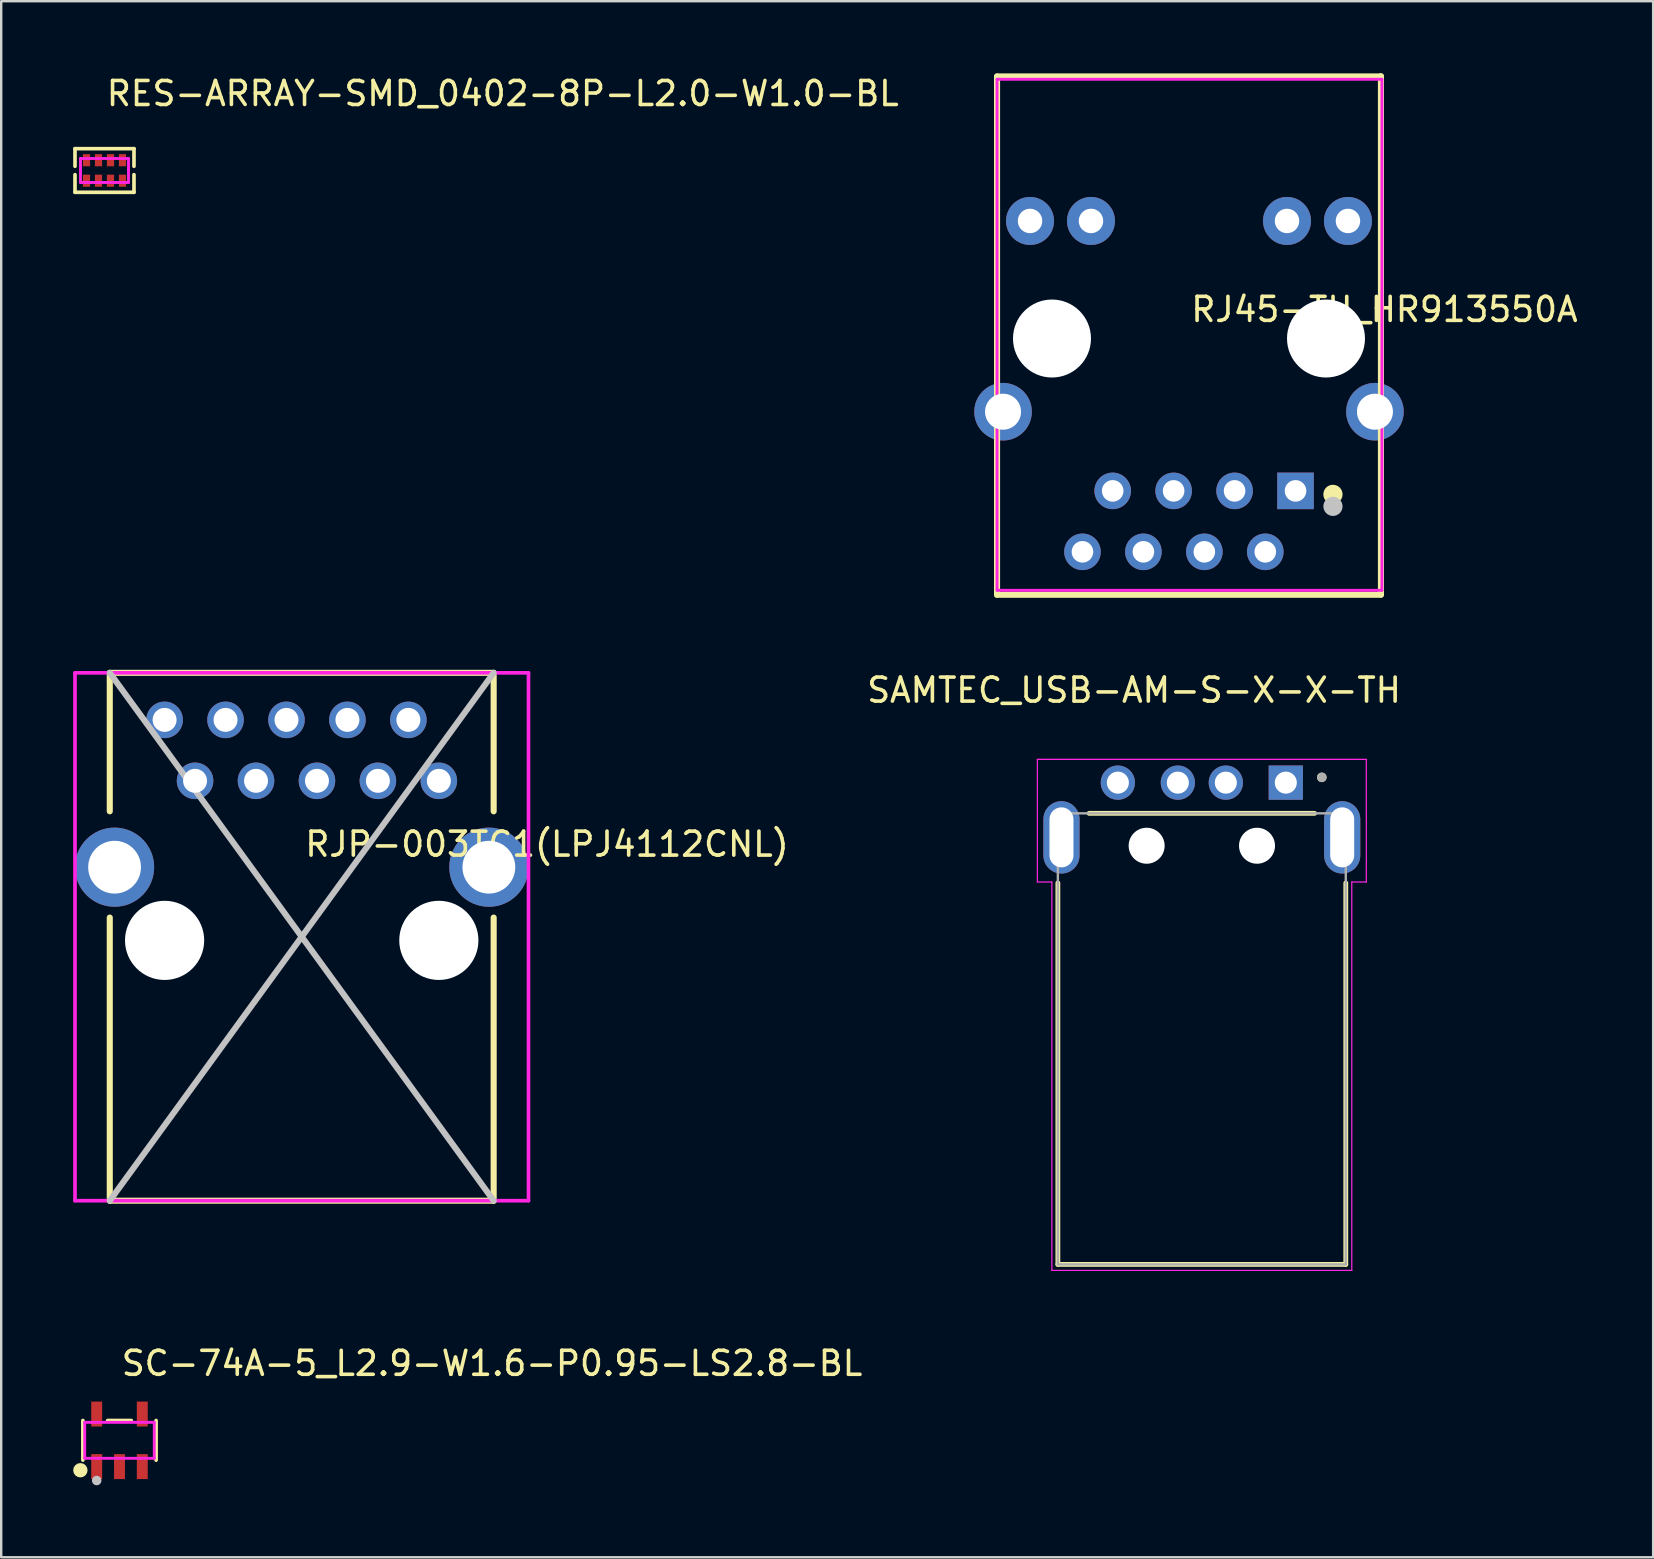
<source format=kicad_pcb>
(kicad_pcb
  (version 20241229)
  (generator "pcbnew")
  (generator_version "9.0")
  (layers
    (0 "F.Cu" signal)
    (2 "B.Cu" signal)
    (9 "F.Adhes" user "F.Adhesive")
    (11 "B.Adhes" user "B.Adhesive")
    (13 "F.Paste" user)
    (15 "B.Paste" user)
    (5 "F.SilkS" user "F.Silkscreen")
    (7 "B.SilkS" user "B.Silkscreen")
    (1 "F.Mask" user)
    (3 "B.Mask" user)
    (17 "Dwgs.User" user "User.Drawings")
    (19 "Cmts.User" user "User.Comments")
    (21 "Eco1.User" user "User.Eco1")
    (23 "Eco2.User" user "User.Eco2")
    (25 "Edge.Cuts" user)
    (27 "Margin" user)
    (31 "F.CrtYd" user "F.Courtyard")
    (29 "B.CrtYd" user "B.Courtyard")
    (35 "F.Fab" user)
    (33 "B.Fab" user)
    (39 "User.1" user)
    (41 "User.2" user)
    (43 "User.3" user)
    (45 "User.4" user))
  (footprint "RJP-003TC1(LPJ4112CNL)"
    (layer "F.Cu")
    (at 9.578 35.341)
    (property "Reference" "RJP-003TC1(LPJ4112CNL)" (at 0 -3.207 0) (layer "F.SilkS") (effects (font (size 1 1) (thickness 0.15)) (justify left)))
    (attr through_hole)
    (fp_line (start -8.053 -10.348) (end 7.947 -10.348) (stroke (width 0.254) (type solid)) (layer "F.SilkS"))
    (fp_line (start -8.053 -4.578) (end -8.053 -10.348) (stroke (width 0.254) (type solid)) (layer "F.SilkS"))
    (fp_line (start -8.053 11.652) (end -8.053 -0.148) (stroke (width 0.254) (type solid)) (layer "F.SilkS"))
    (fp_line (start 7.947 -10.348) (end 7.947 -4.578) (stroke (width 0.254) (type solid)) (layer "F.SilkS"))
    (fp_line (start 7.947 -0.148) (end 7.947 11.652) (stroke (width 0.254) (type solid)) (layer "F.SilkS"))
    (fp_line (start 7.947 11.652) (end -8.053 11.652) (stroke (width 0.254) (type solid)) (layer "F.SilkS"))
    (fp_line (start -8.053 -10.348) (end 7.947 11.652) (stroke (width 0.254) (type solid)) (layer "Dwgs.User"))
    (fp_line (start 7.947 -10.348) (end -8.053 11.652) (stroke (width 0.254) (type solid)) (layer "Dwgs.User"))
    (fp_line (start -9.502 -10.348) (end 9.398 -10.348) (stroke (width 0.152) (type solid)) (layer "F.CrtYd"))
    (fp_line (start -9.502 11.652) (end -9.502 -10.348) (stroke (width 0.152) (type solid)) (layer "F.CrtYd"))
    (fp_line (start 9.398 -10.348) (end 9.398 11.652) (stroke (width 0.152) (type solid)) (layer "F.CrtYd"))
    (fp_line (start 9.398 11.652) (end -9.502 11.652) (stroke (width 0.152) (type solid)) (layer "F.CrtYd"))
    (pad "" np_thru_hole circle (at -5.768 0.802) (size 3.3 3.3) (drill 3.3) (layers "*.Cu" "*.Mask"))
    (pad "" np_thru_hole circle (at 5.662 0.802) (size 3.3 3.3) (drill 3.3) (layers "*.Cu" "*.Mask"))
    (pad "0" thru_hole circle (at -7.853 -2.248) (size 3.3 3.3) (drill oval 2.2) (layers "*.Cu" "*.Mask"))
    (pad "0" thru_hole circle (at 7.747 -2.248) (size 3.3 3.3) (drill oval 2.2) (layers "*.Cu" "*.Mask"))
    (pad "1" thru_hole circle (at -5.768 -8.388) (size 1.524 1.524) (drill oval 1) (layers "*.Cu" "*.Mask"))
    (pad "2" thru_hole circle (at -4.498 -5.848) (size 1.524 1.524) (drill oval 1) (layers "*.Cu" "*.Mask"))
    (pad "3" thru_hole circle (at -3.228 -8.388) (size 1.524 1.524) (drill oval 1) (layers "*.Cu" "*.Mask"))
    (pad "4" thru_hole circle (at -1.958 -5.848) (size 1.524 1.524) (drill oval 1) (layers "*.Cu" "*.Mask"))
    (pad "5" thru_hole circle (at -0.688 -8.388) (size 1.524 1.524) (drill oval 1) (layers "*.Cu" "*.Mask"))
    (pad "6" thru_hole circle (at 0.582 -5.848) (size 1.524 1.524) (drill oval 1) (layers "*.Cu" "*.Mask"))
    (pad "7" thru_hole circle (at 1.852 -8.388) (size 1.524 1.524) (drill oval 1) (layers "*.Cu" "*.Mask"))
    (pad "8" thru_hole circle (at 3.122 -5.848) (size 1.524 1.524) (drill oval 1) (layers "*.Cu" "*.Mask"))
    (pad "9" thru_hole circle (at 4.392 -8.388) (size 1.524 1.524) (drill oval 1) (layers "*.Cu" "*.Mask"))
    (pad "10" thru_hole circle (at 5.662 -5.848) (size 1.524 1.524) (drill oval 1) (layers "*.Cu" "*.Mask")))
  (footprint "SC-74A-5_L2.9-W1.6-P0.95-LS2.8-BL"
    (layer "F.Cu")
    (at 1.93 56.98)
    (property "Reference" "SC-74A-5_L2.9-W1.6-P0.95-LS2.8-BL" (at 0 -3.207 0) (layer "F.SilkS") (effects (font (size 1 1) (thickness 0.15)) (justify left)))
    (attr smd)
    (fp_line (start -1.526 0.826) (end -1.526 -0.826) (stroke (width 0.152) (type solid)) (layer "F.SilkS"))
    (fp_line (start 0.494 -0.826) (end -0.494 -0.826) (stroke (width 0.152) (type solid)) (layer "F.SilkS"))
    (fp_line (start 1.526 0.826) (end 1.526 -0.826) (stroke (width 0.152) (type solid)) (layer "F.SilkS"))
    (fp_circle (center -1.63 1.247) (end -1.48 1.247) (stroke (width 0.3) (type solid)) (fill no) (layer "F.SilkS"))
    (fp_circle (center -0.95 1.675) (end -0.85 1.675) (stroke (width 0.2) (type solid)) (fill no) (layer "Dwgs.User"))
    (fp_line (start -1.112 -0.985) (end -0.788 -0.985) (stroke (width 0.12) (type solid)) (layer "Eco2.User"))
    (fp_line (start -1.112 -0.74) (end -1.112 -0.985) (stroke (width 0.12) (type solid)) (layer "Eco2.User"))
    (fp_line (start -1.112 0.74) (end -0.788 0.74) (stroke (width 0.12) (type solid)) (layer "Eco2.User"))
    (fp_line (start -1.112 0.985) (end -1.112 0.74) (stroke (width 0.12) (type solid)) (layer "Eco2.User"))
    (fp_line (start -0.788 -0.985) (end -0.788 -0.74) (stroke (width 0.12) (type solid)) (layer "Eco2.User"))
    (fp_line (start -0.788 -0.74) (end -1.112 -0.74) (stroke (width 0.12) (type solid)) (layer "Eco2.User"))
    (fp_line (start -0.788 0.74) (end -0.788 0.985) (stroke (width 0.12) (type solid)) (layer "Eco2.User"))
    (fp_line (start -0.788 0.985) (end -1.112 0.985) (stroke (width 0.12) (type solid)) (layer "Eco2.User"))
    (fp_line (start -0.163 0.74) (end 0.163 0.74) (stroke (width 0.12) (type solid)) (layer "Eco2.User"))
    (fp_line (start -0.163 0.985) (end -0.163 0.74) (stroke (width 0.12) (type solid)) (layer "Eco2.User"))
    (fp_line (start 0.163 0.74) (end 0.163 0.985) (stroke (width 0.12) (type solid)) (layer "Eco2.User"))
    (fp_line (start 0.163 0.985) (end -0.163 0.985) (stroke (width 0.12) (type solid)) (layer "Eco2.User"))
    (fp_line (start 0.788 -0.985) (end 1.112 -0.985) (stroke (width 0.12) (type solid)) (layer "Eco2.User"))
    (fp_line (start 0.788 -0.74) (end 0.788 -0.985) (stroke (width 0.12) (type solid)) (layer "Eco2.User"))
    (fp_line (start 0.788 0.74) (end 1.112 0.74) (stroke (width 0.12) (type solid)) (layer "Eco2.User"))
    (fp_line (start 0.788 0.985) (end 0.788 0.74) (stroke (width 0.12) (type solid)) (layer "Eco2.User"))
    (fp_line (start 1.112 -0.985) (end 1.112 -0.74) (stroke (width 0.12) (type solid)) (layer "Eco2.User"))
    (fp_line (start 1.112 -0.74) (end 0.788 -0.74) (stroke (width 0.12) (type solid)) (layer "Eco2.User"))
    (fp_line (start 1.112 0.74) (end 1.112 0.985) (stroke (width 0.12) (type solid)) (layer "Eco2.User"))
    (fp_line (start 1.112 0.985) (end 0.788 0.985) (stroke (width 0.12) (type solid)) (layer "Eco2.User"))
    (fp_circle (center -1.45 1.375) (end -1.42 1.375) (stroke (width 0.06) (type solid)) (fill no) (layer "Eco2.User"))
    (fp_poly (pts (xy -1.112 -0.975) (xy -0.788 -0.975) (xy -0.788 -1.375) (xy -1.112 -1.375)) (stroke (width 0.12) (type solid)) (fill no) (layer "Eco2.User"))
    (fp_poly (pts (xy -1.112 0.975) (xy -0.788 0.975) (xy -0.788 1.375) (xy -1.112 1.375)) (stroke (width 0.12) (type solid)) (fill no) (layer "Eco2.User"))
    (fp_poly (pts (xy -0.163 0.975) (xy 0.163 0.975) (xy 0.163 1.375) (xy -0.163 1.375)) (stroke (width 0.12) (type solid)) (fill no) (layer "Eco2.User"))
    (fp_poly (pts (xy 0.788 -0.975) (xy 1.112 -0.975) (xy 1.112 -1.375) (xy 0.788 -1.375)) (stroke (width 0.12) (type solid)) (fill no) (layer "Eco2.User"))
    (fp_poly (pts (xy 0.788 0.975) (xy 1.112 0.975) (xy 1.112 1.375) (xy 0.788 1.375)) (stroke (width 0.12) (type solid)) (fill no) (layer "Eco2.User"))
    (fp_line (start -1.45 -0.75) (end 1.45 -0.75) (stroke (width 0.12) (type solid)) (layer "F.CrtYd"))
    (fp_line (start -1.45 0.75) (end -1.45 -0.75) (stroke (width 0.12) (type solid)) (layer "F.CrtYd"))
    (fp_line (start 1.45 -0.75) (end 1.45 0.75) (stroke (width 0.12) (type solid)) (layer "F.CrtYd"))
    (fp_line (start 1.45 0.75) (end -1.45 0.75) (stroke (width 0.12) (type solid)) (layer "F.CrtYd"))
    (pad "1" smd rect (at -0.95 1.095) (size 0.455 1.04) (layers "F.Cu" "F.Mask" "F.Paste"))
    (pad "2" smd rect (at 0 1.095) (size 0.455 1.04) (layers "F.Cu" "F.Mask" "F.Paste"))
    (pad "3" smd rect (at 0.95 1.095) (size 0.455 1.04) (layers "F.Cu" "F.Mask" "F.Paste"))
    (pad "4" smd rect (at 0.95 -1.095) (size 0.455 1.04) (layers "F.Cu" "F.Mask" "F.Paste"))
    (pad "5" smd rect (at -0.95 -1.095) (size 0.455 1.04) (layers "F.Cu" "F.Mask" "F.Paste")))
  (footprint "RJ45-TH_HR913550A"
    (layer "F.Cu")
    (at 46.505 13.054)
    (property "Reference" "RJ45-TH_HR913550A" (at 0 -3.207 0) (layer "F.SilkS") (effects (font (size 1 1) (thickness 0.15)) (justify left)))
    (attr through_hole)
    (fp_line (start -8 -12.917) (end -8 8.683) (stroke (width 0.254) (type solid)) (layer "F.SilkS"))
    (fp_line (start -8 -12.917) (end 8 -12.917) (stroke (width 0.254) (type solid)) (layer "F.SilkS"))
    (fp_line (start -8 8.685) (end 8 8.685) (stroke (width 0.254) (type solid)) (layer "F.SilkS"))
    (fp_line (start 8 -12.927) (end 8 8.673) (stroke (width 0.254) (type solid)) (layer "F.SilkS"))
    (fp_circle (center 6 4.5) (end 6.2 4.5) (stroke (width 0.4) (type solid)) (fill no) (layer "F.SilkS"))
    (fp_circle (center -5.71 -1.995) (end -4.96 -1.995) (stroke (width 1.5) (type solid)) (fill no) (layer "Dwgs.User"))
    (fp_circle (center 5.71 -1.995) (end 6.46 -1.995) (stroke (width 1.5) (type solid)) (fill no) (layer "Dwgs.User"))
    (fp_circle (center 6 5) (end 6.2 5) (stroke (width 0.4) (type solid)) (fill no) (layer "Dwgs.User"))
    (fp_circle (center -7.75 1.055) (end -7.3 1.055) (stroke (width 0.9) (type solid)) (fill no) (layer "Eco2.User"))
    (fp_circle (center -6.625 -6.895) (end -6.25 -6.895) (stroke (width 0.75) (type solid)) (fill no) (layer "Eco2.User"))
    (fp_circle (center -5.71 -1.995) (end -4.897 -1.995) (stroke (width 1.625) (type solid)) (fill no) (layer "Eco2.User"))
    (fp_circle (center -4.44 6.895) (end -4.154 6.895) (stroke (width 0.572) (type solid)) (fill no) (layer "Eco2.User"))
    (fp_circle (center -4.085 -6.895) (end -3.71 -6.895) (stroke (width 0.75) (type solid)) (fill no) (layer "Eco2.User"))
    (fp_circle (center -3.18 4.355) (end -2.894 4.355) (stroke (width 0.572) (type solid)) (fill no) (layer "Eco2.User"))
    (fp_circle (center -1.9 6.895) (end -1.614 6.895) (stroke (width 0.572) (type solid)) (fill no) (layer "Eco2.User"))
    (fp_circle (center -0.64 4.355) (end -0.354 4.355) (stroke (width 0.572) (type solid)) (fill no) (layer "Eco2.User"))
    (fp_circle (center 0.64 6.895) (end 0.926 6.895) (stroke (width 0.572) (type solid)) (fill no) (layer "Eco2.User"))
    (fp_circle (center 1.9 4.355) (end 2.186 4.355) (stroke (width 0.572) (type solid)) (fill no) (layer "Eco2.User"))
    (fp_circle (center 3.18 6.895) (end 3.466 6.895) (stroke (width 0.572) (type solid)) (fill no) (layer "Eco2.User"))
    (fp_circle (center 4.085 -6.895) (end 4.46 -6.895) (stroke (width 0.75) (type solid)) (fill no) (layer "Eco2.User"))
    (fp_circle (center 5.71 -1.995) (end 6.522 -1.995) (stroke (width 1.625) (type solid)) (fill no) (layer "Eco2.User"))
    (fp_circle (center 6.625 -6.895) (end 7 -6.895) (stroke (width 0.75) (type solid)) (fill no) (layer "Eco2.User"))
    (fp_circle (center 7.75 1.055) (end 8.2 1.055) (stroke (width 0.9) (type solid)) (fill no) (layer "Eco2.User"))
    (fp_circle (center 8.65 8.5) (end 8.68 8.5) (stroke (width 0.06) (type solid)) (fill no) (layer "Eco2.User"))
    (fp_poly (pts (xy 3.868 4.926) (xy 3.868 3.783) (xy 5.011 3.783) (xy 5.011 4.926)) (stroke (width 0.12) (type solid)) (fill no) (layer "Eco2.User"))
    (fp_line (start -8 -12.8) (end 8.04 -12.8) (stroke (width 0.12) (type solid)) (layer "F.CrtYd"))
    (fp_line (start -8 8.5) (end -8 -12.8) (stroke (width 0.12) (type solid)) (layer "F.CrtYd"))
    (fp_line (start 8.04 -12.8) (end 8.04 8.5) (stroke (width 0.12) (type solid)) (layer "F.CrtYd"))
    (fp_line (start 8.04 8.5) (end -8 8.5) (stroke (width 0.12) (type solid)) (layer "F.CrtYd"))
    (pad "" np_thru_hole circle (at -5.71 -1.995) (size 3.25 3.25) (drill 3.25) (layers "*.Cu" "*.Mask"))
    (pad "" np_thru_hole circle (at 5.71 -1.995) (size 3.25 3.25) (drill 3.25) (layers "*.Cu" "*.Mask"))
    (pad "1" thru_hole rect (at 4.44 4.355 90) (size 1.524 1.524) (drill 0.9) (layers "*.Cu" "*.Mask"))
    (pad "2" thru_hole circle (at 3.18 6.895 90) (size 1.524 1.524) (drill 0.9) (layers "*.Cu" "*.Mask"))
    (pad "3" thru_hole circle (at 1.9 4.355 90) (size 1.524 1.524) (drill 0.9) (layers "*.Cu" "*.Mask"))
    (pad "4" thru_hole circle (at 0.64 6.895 90) (size 1.524 1.524) (drill 0.9) (layers "*.Cu" "*.Mask"))
    (pad "5" thru_hole circle (at -0.64 4.355 90) (size 1.524 1.524) (drill 0.9) (layers "*.Cu" "*.Mask"))
    (pad "6" thru_hole circle (at -1.9 6.895 90) (size 1.524 1.524) (drill 0.9) (layers "*.Cu" "*.Mask"))
    (pad "7" thru_hole circle (at -3.18 4.355 90) (size 1.524 1.524) (drill 0.9) (layers "*.Cu" "*.Mask"))
    (pad "8" thru_hole circle (at -4.44 6.895 90) (size 1.524 1.524) (drill 0.9) (layers "*.Cu" "*.Mask"))
    (pad "9" thru_hole circle (at 6.625 -6.895 90) (size 2 2) (drill 1.02) (layers "*.Cu" "*.Mask"))
    (pad "10" thru_hole circle (at 4.085 -6.895 90) (size 2 2) (drill 1.02) (layers "*.Cu" "*.Mask"))
    (pad "11" thru_hole circle (at -4.085 -6.895 90) (size 2 2) (drill 1.02) (layers "*.Cu" "*.Mask"))
    (pad "12" thru_hole circle (at -6.625 -6.895 90) (size 2 2) (drill 1.02) (layers "*.Cu" "*.Mask"))
    (pad "13" thru_hole circle (at 7.75 1.055 90) (size 2.4 2.4) (drill 1.5) (layers "*.Cu" "*.Mask"))
    (pad "14" thru_hole circle (at -7.75 1.055 90) (size 2.4 2.4) (drill 1.5) (layers "*.Cu" "*.Mask")))
  (footprint "RES-ARRAY-SMD_0402-8P-L2.0-W1.0-BL"
    (layer "F.Cu")
    (at 1.305 4.055)
    (property "Reference" "RES-ARRAY-SMD_0402-8P-L2.0-W1.0-BL" (at 0 -3.207 0) (layer "F.SilkS") (effects (font (size 1 1) (thickness 0.15)) (justify left)))
    (attr through_hole)
    (fp_line (start -1.229 -0.909) (end 1.229 -0.909) (stroke (width 0.152) (type solid)) (layer "F.SilkS"))
    (fp_line (start -1.229 -0.175) (end -1.229 -0.909) (stroke (width 0.152) (type solid)) (layer "F.SilkS"))
    (fp_line (start -1.229 0.175) (end -1.229 0.909) (stroke (width 0.152) (type solid)) (layer "F.SilkS"))
    (fp_line (start -1.229 0.909) (end 1.229 0.909) (stroke (width 0.152) (type solid)) (layer "F.SilkS"))
    (fp_line (start 1.229 -0.909) (end 1.229 -0.175) (stroke (width 0.152) (type solid)) (layer "F.SilkS"))
    (fp_line (start 1.229 0.909) (end 1.229 0.175) (stroke (width 0.152) (type solid)) (layer "F.SilkS"))
    (fp_circle (center -1 -0.5) (end -0.97 -0.5) (stroke (width 0.06) (type solid)) (fill no) (layer "Eco2.User"))
    (fp_poly (pts (xy -0.9 -0.5) (xy -0.9 -0.2) (xy -0.6 -0.2) (xy -0.6 -0.5)) (stroke (width 0.12) (type solid)) (fill no) (layer "Eco2.User"))
    (fp_poly (pts (xy -0.9 0.5) (xy -0.9 0.2) (xy -0.6 0.2) (xy -0.6 0.5)) (stroke (width 0.12) (type solid)) (fill no) (layer "Eco2.User"))
    (fp_poly (pts (xy -0.4 -0.5) (xy -0.4 -0.2) (xy -0.1 -0.2) (xy -0.1 -0.5)) (stroke (width 0.12) (type solid)) (fill no) (layer "Eco2.User"))
    (fp_poly (pts (xy -0.4 0.5) (xy -0.4 0.2) (xy -0.1 0.2) (xy -0.1 0.5)) (stroke (width 0.12) (type solid)) (fill no) (layer "Eco2.User"))
    (fp_poly (pts (xy 0.1 -0.5) (xy 0.1 -0.2) (xy 0.4 -0.2) (xy 0.4 -0.5)) (stroke (width 0.12) (type solid)) (fill no) (layer "Eco2.User"))
    (fp_poly (pts (xy 0.1 0.5) (xy 0.1 0.2) (xy 0.4 0.2) (xy 0.4 0.5)) (stroke (width 0.12) (type solid)) (fill no) (layer "Eco2.User"))
    (fp_poly (pts (xy 0.6 -0.5) (xy 0.6 -0.2) (xy 0.9 -0.2) (xy 0.9 -0.5)) (stroke (width 0.12) (type solid)) (fill no) (layer "Eco2.User"))
    (fp_poly (pts (xy 0.6 0.5) (xy 0.6 0.2) (xy 0.9 0.2) (xy 0.9 0.5)) (stroke (width 0.12) (type solid)) (fill no) (layer "Eco2.User"))
    (fp_line (start -1 -0.5) (end -1 0.5) (stroke (width 0.12) (type solid)) (layer "F.CrtYd"))
    (fp_line (start -1 0.5) (end 1 0.5) (stroke (width 0.12) (type solid)) (layer "F.CrtYd"))
    (fp_line (start 1 -0.5) (end -1 -0.5) (stroke (width 0.12) (type solid)) (layer "F.CrtYd"))
    (fp_line (start 1 0.5) (end 1 -0.5) (stroke (width 0.12) (type solid)) (layer "F.CrtYd"))
    (pad "1" smd rect (at -0.75 -0.427 180) (size 0.3 0.505) (layers "F.Cu" "F.Mask" "F.Paste"))
    (pad "2" smd rect (at -0.25 -0.427 180) (size 0.3 0.505) (layers "F.Cu" "F.Mask" "F.Paste"))
    (pad "3" smd rect (at 0.25 -0.427 180) (size 0.3 0.505) (layers "F.Cu" "F.Mask" "F.Paste"))
    (pad "4" smd rect (at 0.75 -0.427 180) (size 0.3 0.505) (layers "F.Cu" "F.Mask" "F.Paste"))
    (pad "5" smd rect (at 0.75 0.427 180) (size 0.3 0.505) (layers "F.Cu" "F.Mask" "F.Paste"))
    (pad "6" smd rect (at 0.25 0.427 180) (size 0.3 0.505) (layers "F.Cu" "F.Mask" "F.Paste"))
    (pad "7" smd rect (at -0.25 0.427 180) (size 0.3 0.505) (layers "F.Cu" "F.Mask" "F.Paste"))
    (pad "8" smd rect (at -0.75 0.427 180) (size 0.3 0.505) (layers "F.Cu" "F.Mask" "F.Paste")))
  (footprint "SAMTEC_USB-AM-S-X-X-TH"
    (layer "F.Cu")
    (at 47.04 31.849)
    (property "Reference" "SAMTEC_USB-AM-S-X-X-TH" (at -2.825 -6.135 0) (layer "F.SilkS") (effects (font (size 1 1) (thickness 0.15))))
    (attr through_hole)
    (fp_line (start -6 17.8) (end -6 1.9) (stroke (width 0.2) (type solid)) (layer "F.SilkS"))
    (fp_line (start -4.7 -1) (end 4.7 -1) (stroke (width 0.2) (type solid)) (layer "F.SilkS"))
    (fp_line (start 6 1.9) (end 6 17.8) (stroke (width 0.2) (type solid)) (layer "F.SilkS"))
    (fp_line (start 6 17.8) (end -6 17.8) (stroke (width 0.2) (type solid)) (layer "F.SilkS"))
    (fp_circle (center 5 -2.5) (end 5.1 -2.5) (stroke (width 0.2) (type solid)) (fill no) (layer "F.SilkS"))
    (fp_line (start -6.855 -3.25) (end 6.855 -3.25) (stroke (width 0.05) (type solid)) (layer "F.CrtYd"))
    (fp_line (start -6.855 1.86) (end -6.855 -3.25) (stroke (width 0.05) (type solid)) (layer "F.CrtYd"))
    (fp_line (start -6.25 1.86) (end -6.855 1.86) (stroke (width 0.05) (type solid)) (layer "F.CrtYd"))
    (fp_line (start -6.25 18.05) (end -6.25 1.86) (stroke (width 0.05) (type solid)) (layer "F.CrtYd"))
    (fp_line (start 6.25 1.86) (end 6.25 18.05) (stroke (width 0.05) (type solid)) (layer "F.CrtYd"))
    (fp_line (start 6.25 18.05) (end -6.25 18.05) (stroke (width 0.05) (type solid)) (layer "F.CrtYd"))
    (fp_line (start 6.855 -3.25) (end 6.855 1.86) (stroke (width 0.05) (type solid)) (layer "F.CrtYd"))
    (fp_line (start 6.855 1.86) (end 6.25 1.86) (stroke (width 0.05) (type solid)) (layer "F.CrtYd"))
    (fp_line (start -6 -1) (end 6 -1) (stroke (width 0.1) (type solid)) (layer "F.Fab"))
    (fp_line (start -6 17.8) (end -6 -1) (stroke (width 0.1) (type solid)) (layer "F.Fab"))
    (fp_line (start 6 -1) (end 6 17.8) (stroke (width 0.1) (type solid)) (layer "F.Fab"))
    (fp_line (start 6 17.8) (end -6 17.8) (stroke (width 0.1) (type solid)) (layer "F.Fab"))
    (fp_circle (center 5 -2.5) (end 5.1 -2.5) (stroke (width 0.2) (type solid)) (fill no) (layer "F.Fab"))
    (pad "" np_thru_hole circle (at -2.3 0.35) (size 1.5 1.5) (drill 1.5) (layers "*.Cu" "*.Mask"))
    (pad "" np_thru_hole circle (at 2.3 0.35) (size 1.5 1.5) (drill 1.5) (layers "*.Cu" "*.Mask"))
    (pad "1" thru_hole rect (at 3.5 -2.28) (size 1.428 1.428) (drill 0.92) (layers "*.Cu" "*.Mask"))
    (pad "2" thru_hole circle (at 1 -2.28) (size 1.428 1.428) (drill 0.92) (layers "*.Cu" "*.Mask"))
    (pad "3" thru_hole circle (at -1 -2.28) (size 1.428 1.428) (drill 0.92) (layers "*.Cu" "*.Mask"))
    (pad "4" thru_hole circle (at -3.5 -2.28) (size 1.428 1.428) (drill 0.92) (layers "*.Cu" "*.Mask"))
    (pad "5" thru_hole oval (at -5.85 0) (size 1.508 3.016) (drill oval 1 2.5) (layers "*.Cu" "*.Mask"))
    (pad "5" thru_hole oval (at 5.85 0) (size 1.508 3.016) (drill oval 1 2.5) (layers "*.Cu" "*.Mask")))
  (gr_rect
    (start -3 -3)
    (end 65.85 61.855)
    (stroke (width 0.1) (type default))
    (fill no)
    (layer "Edge.Cuts")))
</source>
